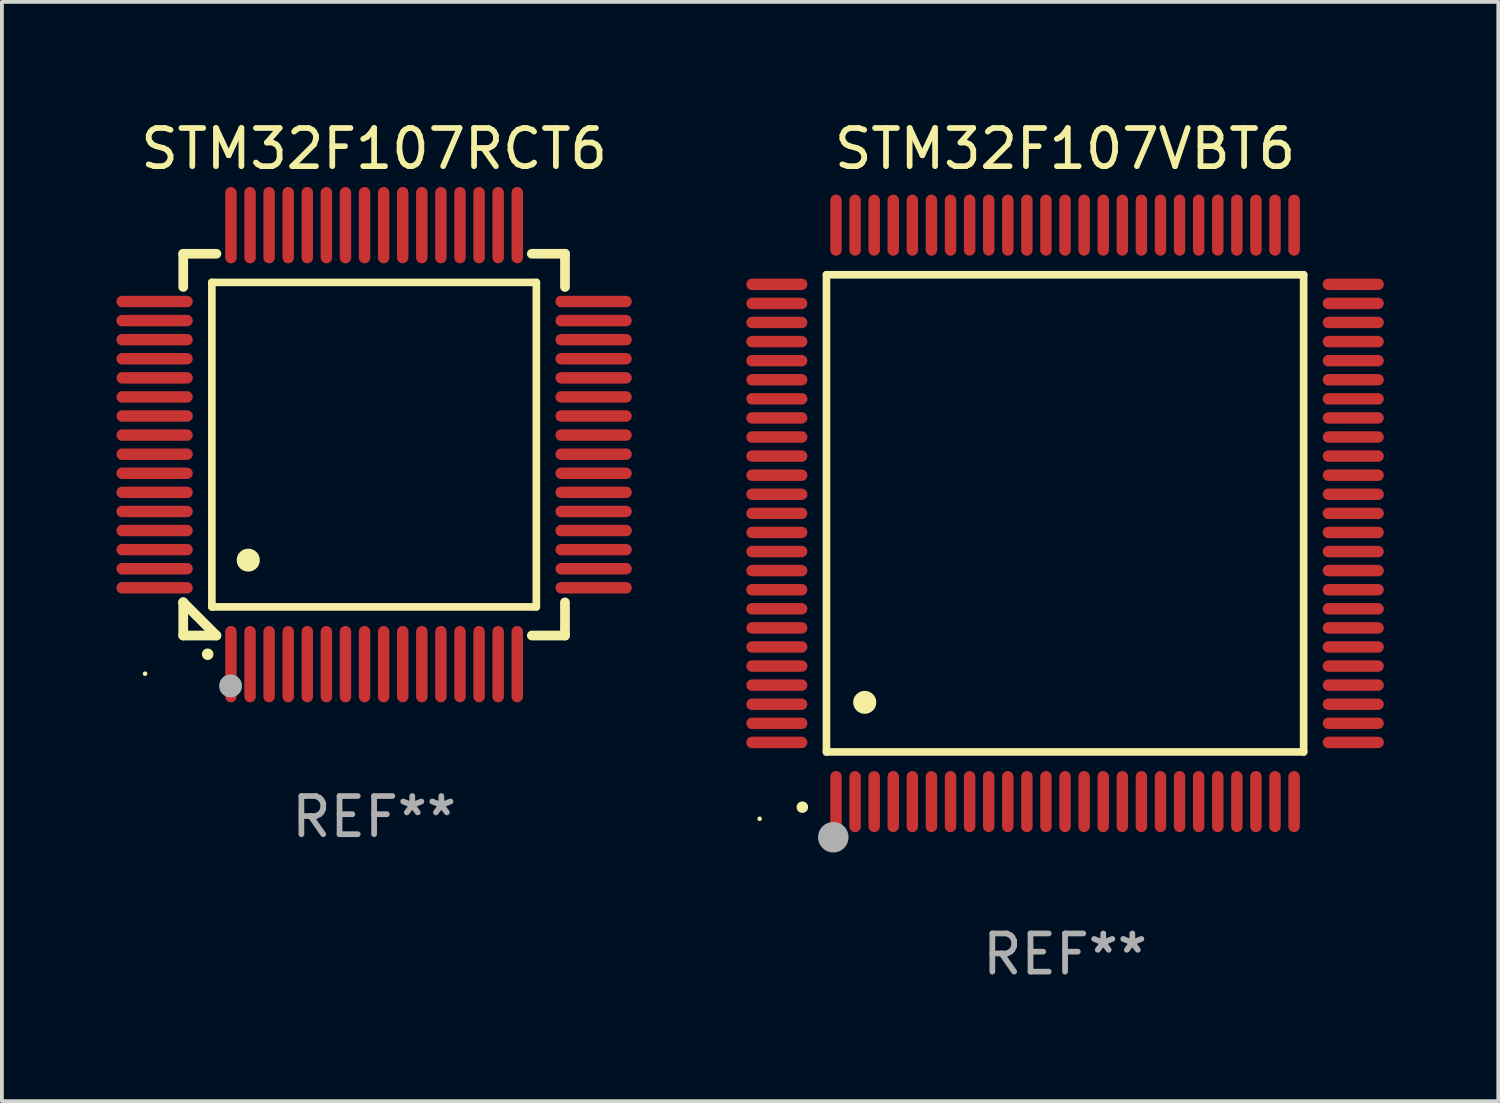
<source format=kicad_pcb>
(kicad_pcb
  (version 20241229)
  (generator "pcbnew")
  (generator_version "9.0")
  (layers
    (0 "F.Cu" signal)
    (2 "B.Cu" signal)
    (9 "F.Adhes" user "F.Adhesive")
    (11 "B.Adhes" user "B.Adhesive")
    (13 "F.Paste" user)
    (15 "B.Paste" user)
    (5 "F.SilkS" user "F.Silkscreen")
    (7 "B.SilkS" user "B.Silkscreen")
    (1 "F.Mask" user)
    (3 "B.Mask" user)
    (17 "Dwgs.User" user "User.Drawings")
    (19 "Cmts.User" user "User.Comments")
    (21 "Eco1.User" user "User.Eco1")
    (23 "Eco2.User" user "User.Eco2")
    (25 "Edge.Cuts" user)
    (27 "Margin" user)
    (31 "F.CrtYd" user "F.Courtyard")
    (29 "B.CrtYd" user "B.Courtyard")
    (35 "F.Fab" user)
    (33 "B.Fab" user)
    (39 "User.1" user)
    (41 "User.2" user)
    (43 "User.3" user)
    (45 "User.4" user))
  (footprint "STM32F107VBT6"
    (layer "F.Cu")
    (at 24.85 10.398)
    (property "Reference" "STM32F107VBT6" (at 0 -9.55 0) (layer "F.SilkS") (effects (font (size 1 1) (thickness 0.15))))
    (attr through_hole)
    (fp_line (start -6.25 -6.25) (end -6.25 6.25) (stroke (width 0.2) (type solid)) (layer "F.SilkS"))
    (fp_line (start -6.25 6.25) (end 6.25 6.25) (stroke (width 0.2) (type solid)) (layer "F.SilkS"))
    (fp_line (start 6.25 -6.25) (end -6.25 -6.25) (stroke (width 0.2) (type solid)) (layer "F.SilkS"))
    (fp_line (start 6.25 6.25) (end 6.25 -6.25) (stroke (width 0.2) (type solid)) (layer "F.SilkS"))
    (fp_arc (start -6.883414 7.696215) (mid -6.882144 7.69621) (end -6.880874 7.696215) (stroke (width 0.3) (type solid)) (layer "F.SilkS"))
    (fp_arc (start -5.250191 4.95047) (mid -5.247651 4.950459) (end -5.245111 4.95047) (stroke (width 0.6) (type solid)) (layer "F.SilkS"))
    (fp_circle (center -8 8) (end -7.97 8) (stroke (width 0.06) (type solid)) (fill no) (layer "F.SilkS"))
    (fp_circle (center -6.071 8.484) (end -5.871 8.484) (stroke (width 0.4) (type solid)) (fill no) (layer "F.Fab"))
    (fp_text user "REF**" (at 0 11.55 0) (layer "F.Fab") (effects (font (size 1 1) (thickness 0.15))))
    (pad "1" smd oval (at -6 7.55) (size 0.3 1.6) (layers "F.Cu" "F.Mask" "F.Paste"))
    (pad "2" smd oval (at -5.5 7.55) (size 0.3 1.6) (layers "F.Cu" "F.Mask" "F.Paste"))
    (pad "3" smd oval (at -5 7.55) (size 0.3 1.6) (layers "F.Cu" "F.Mask" "F.Paste"))
    (pad "4" smd oval (at -4.5 7.55) (size 0.3 1.6) (layers "F.Cu" "F.Mask" "F.Paste"))
    (pad "5" smd oval (at -4 7.55) (size 0.3 1.6) (layers "F.Cu" "F.Mask" "F.Paste"))
    (pad "6" smd oval (at -3.5 7.55) (size 0.3 1.6) (layers "F.Cu" "F.Mask" "F.Paste"))
    (pad "7" smd oval (at -3 7.55) (size 0.3 1.6) (layers "F.Cu" "F.Mask" "F.Paste"))
    (pad "8" smd oval (at -2.5 7.55) (size 0.3 1.6) (layers "F.Cu" "F.Mask" "F.Paste"))
    (pad "9" smd oval (at -2 7.55) (size 0.3 1.6) (layers "F.Cu" "F.Mask" "F.Paste"))
    (pad "10" smd oval (at -1.5 7.55) (size 0.3 1.6) (layers "F.Cu" "F.Mask" "F.Paste"))
    (pad "11" smd oval (at -1 7.55) (size 0.3 1.6) (layers "F.Cu" "F.Mask" "F.Paste"))
    (pad "12" smd oval (at -0.5 7.55) (size 0.3 1.6) (layers "F.Cu" "F.Mask" "F.Paste"))
    (pad "13" smd oval (at 0 7.55) (size 0.3 1.6) (layers "F.Cu" "F.Mask" "F.Paste"))
    (pad "14" smd oval (at 0.5 7.55) (size 0.3 1.6) (layers "F.Cu" "F.Mask" "F.Paste"))
    (pad "15" smd oval (at 1 7.55) (size 0.3 1.6) (layers "F.Cu" "F.Mask" "F.Paste"))
    (pad "16" smd oval (at 1.5 7.55) (size 0.3 1.6) (layers "F.Cu" "F.Mask" "F.Paste"))
    (pad "17" smd oval (at 2 7.55) (size 0.3 1.6) (layers "F.Cu" "F.Mask" "F.Paste"))
    (pad "18" smd oval (at 2.5 7.55) (size 0.3 1.6) (layers "F.Cu" "F.Mask" "F.Paste"))
    (pad "19" smd oval (at 3 7.55) (size 0.3 1.6) (layers "F.Cu" "F.Mask" "F.Paste"))
    (pad "20" smd oval (at 3.5 7.55) (size 0.3 1.6) (layers "F.Cu" "F.Mask" "F.Paste"))
    (pad "21" smd oval (at 4 7.55) (size 0.3 1.6) (layers "F.Cu" "F.Mask" "F.Paste"))
    (pad "22" smd oval (at 4.5 7.55) (size 0.3 1.6) (layers "F.Cu" "F.Mask" "F.Paste"))
    (pad "23" smd oval (at 5 7.55) (size 0.3 1.6) (layers "F.Cu" "F.Mask" "F.Paste"))
    (pad "24" smd oval (at 5.5 7.55) (size 0.3 1.6) (layers "F.Cu" "F.Mask" "F.Paste"))
    (pad "25" smd oval (at 6 7.55) (size 0.3 1.6) (layers "F.Cu" "F.Mask" "F.Paste"))
    (pad "26" smd oval (at 7.55 6) (size 1.6 0.3) (layers "F.Cu" "F.Mask" "F.Paste"))
    (pad "27" smd oval (at 7.55 5.5) (size 1.6 0.3) (layers "F.Cu" "F.Mask" "F.Paste"))
    (pad "28" smd oval (at 7.55 5) (size 1.6 0.3) (layers "F.Cu" "F.Mask" "F.Paste"))
    (pad "29" smd oval (at 7.55 4.5) (size 1.6 0.3) (layers "F.Cu" "F.Mask" "F.Paste"))
    (pad "30" smd oval (at 7.55 4) (size 1.6 0.3) (layers "F.Cu" "F.Mask" "F.Paste"))
    (pad "31" smd oval (at 7.55 3.5) (size 1.6 0.3) (layers "F.Cu" "F.Mask" "F.Paste"))
    (pad "32" smd oval (at 7.55 3) (size 1.6 0.3) (layers "F.Cu" "F.Mask" "F.Paste"))
    (pad "33" smd oval (at 7.55 2.5) (size 1.6 0.3) (layers "F.Cu" "F.Mask" "F.Paste"))
    (pad "34" smd oval (at 7.55 2) (size 1.6 0.3) (layers "F.Cu" "F.Mask" "F.Paste"))
    (pad "35" smd oval (at 7.55 1.5) (size 1.6 0.3) (layers "F.Cu" "F.Mask" "F.Paste"))
    (pad "36" smd oval (at 7.55 1) (size 1.6 0.3) (layers "F.Cu" "F.Mask" "F.Paste"))
    (pad "37" smd oval (at 7.55 0.5) (size 1.6 0.3) (layers "F.Cu" "F.Mask" "F.Paste"))
    (pad "38" smd oval (at 7.55 0) (size 1.6 0.3) (layers "F.Cu" "F.Mask" "F.Paste"))
    (pad "39" smd oval (at 7.55 -0.5) (size 1.6 0.3) (layers "F.Cu" "F.Mask" "F.Paste"))
    (pad "40" smd oval (at 7.55 -1) (size 1.6 0.3) (layers "F.Cu" "F.Mask" "F.Paste"))
    (pad "41" smd oval (at 7.55 -1.5) (size 1.6 0.3) (layers "F.Cu" "F.Mask" "F.Paste"))
    (pad "42" smd oval (at 7.55 -2) (size 1.6 0.3) (layers "F.Cu" "F.Mask" "F.Paste"))
    (pad "43" smd oval (at 7.55 -2.5) (size 1.6 0.3) (layers "F.Cu" "F.Mask" "F.Paste"))
    (pad "44" smd oval (at 7.55 -3) (size 1.6 0.3) (layers "F.Cu" "F.Mask" "F.Paste"))
    (pad "45" smd oval (at 7.55 -3.5) (size 1.6 0.3) (layers "F.Cu" "F.Mask" "F.Paste"))
    (pad "46" smd oval (at 7.55 -4) (size 1.6 0.3) (layers "F.Cu" "F.Mask" "F.Paste"))
    (pad "47" smd oval (at 7.55 -4.5) (size 1.6 0.3) (layers "F.Cu" "F.Mask" "F.Paste"))
    (pad "48" smd oval (at 7.55 -5) (size 1.6 0.3) (layers "F.Cu" "F.Mask" "F.Paste"))
    (pad "49" smd oval (at 7.55 -5.5) (size 1.6 0.3) (layers "F.Cu" "F.Mask" "F.Paste"))
    (pad "50" smd oval (at 7.55 -6) (size 1.6 0.3) (layers "F.Cu" "F.Mask" "F.Paste"))
    (pad "51" smd oval (at 6 -7.55) (size 0.3 1.6) (layers "F.Cu" "F.Mask" "F.Paste"))
    (pad "52" smd oval (at 5.5 -7.55) (size 0.3 1.6) (layers "F.Cu" "F.Mask" "F.Paste"))
    (pad "53" smd oval (at 5 -7.55) (size 0.3 1.6) (layers "F.Cu" "F.Mask" "F.Paste"))
    (pad "54" smd oval (at 4.5 -7.55) (size 0.3 1.6) (layers "F.Cu" "F.Mask" "F.Paste"))
    (pad "55" smd oval (at 4 -7.55) (size 0.3 1.6) (layers "F.Cu" "F.Mask" "F.Paste"))
    (pad "56" smd oval (at 3.5 -7.55) (size 0.3 1.6) (layers "F.Cu" "F.Mask" "F.Paste"))
    (pad "57" smd oval (at 3 -7.55) (size 0.3 1.6) (layers "F.Cu" "F.Mask" "F.Paste"))
    (pad "58" smd oval (at 2.5 -7.55) (size 0.3 1.6) (layers "F.Cu" "F.Mask" "F.Paste"))
    (pad "59" smd oval (at 2 -7.55) (size 0.3 1.6) (layers "F.Cu" "F.Mask" "F.Paste"))
    (pad "60" smd oval (at 1.5 -7.55) (size 0.3 1.6) (layers "F.Cu" "F.Mask" "F.Paste"))
    (pad "61" smd oval (at 1 -7.55) (size 0.3 1.6) (layers "F.Cu" "F.Mask" "F.Paste"))
    (pad "62" smd oval (at 0.5 -7.55) (size 0.3 1.6) (layers "F.Cu" "F.Mask" "F.Paste"))
    (pad "63" smd oval (at 0 -7.55) (size 0.3 1.6) (layers "F.Cu" "F.Mask" "F.Paste"))
    (pad "64" smd oval (at -0.5 -7.55) (size 0.3 1.6) (layers "F.Cu" "F.Mask" "F.Paste"))
    (pad "65" smd oval (at -1 -7.55) (size 0.3 1.6) (layers "F.Cu" "F.Mask" "F.Paste"))
    (pad "66" smd oval (at -1.5 -7.55) (size 0.3 1.6) (layers "F.Cu" "F.Mask" "F.Paste"))
    (pad "67" smd oval (at -2 -7.55) (size 0.3 1.6) (layers "F.Cu" "F.Mask" "F.Paste"))
    (pad "68" smd oval (at -2.5 -7.55) (size 0.3 1.6) (layers "F.Cu" "F.Mask" "F.Paste"))
    (pad "69" smd oval (at -3 -7.55) (size 0.3 1.6) (layers "F.Cu" "F.Mask" "F.Paste"))
    (pad "70" smd oval (at -3.5 -7.55) (size 0.3 1.6) (layers "F.Cu" "F.Mask" "F.Paste"))
    (pad "71" smd oval (at -4 -7.55) (size 0.3 1.6) (layers "F.Cu" "F.Mask" "F.Paste"))
    (pad "72" smd oval (at -4.5 -7.55) (size 0.3 1.6) (layers "F.Cu" "F.Mask" "F.Paste"))
    (pad "73" smd oval (at -5 -7.55) (size 0.3 1.6) (layers "F.Cu" "F.Mask" "F.Paste"))
    (pad "74" smd oval (at -5.5 -7.55) (size 0.3 1.6) (layers "F.Cu" "F.Mask" "F.Paste"))
    (pad "75" smd oval (at -6 -7.55) (size 0.3 1.6) (layers "F.Cu" "F.Mask" "F.Paste"))
    (pad "76" smd oval (at -7.55 -6) (size 1.6 0.3) (layers "F.Cu" "F.Mask" "F.Paste"))
    (pad "77" smd oval (at -7.55 -5.5) (size 1.6 0.3) (layers "F.Cu" "F.Mask" "F.Paste"))
    (pad "78" smd oval (at -7.55 -5) (size 1.6 0.3) (layers "F.Cu" "F.Mask" "F.Paste"))
    (pad "79" smd oval (at -7.55 -4.5) (size 1.6 0.3) (layers "F.Cu" "F.Mask" "F.Paste"))
    (pad "80" smd oval (at -7.55 -4) (size 1.6 0.3) (layers "F.Cu" "F.Mask" "F.Paste"))
    (pad "81" smd oval (at -7.55 -3.5) (size 1.6 0.3) (layers "F.Cu" "F.Mask" "F.Paste"))
    (pad "82" smd oval (at -7.55 -3) (size 1.6 0.3) (layers "F.Cu" "F.Mask" "F.Paste"))
    (pad "83" smd oval (at -7.55 -2.5) (size 1.6 0.3) (layers "F.Cu" "F.Mask" "F.Paste"))
    (pad "84" smd oval (at -7.55 -2) (size 1.6 0.3) (layers "F.Cu" "F.Mask" "F.Paste"))
    (pad "85" smd oval (at -7.55 -1.5) (size 1.6 0.3) (layers "F.Cu" "F.Mask" "F.Paste"))
    (pad "86" smd oval (at -7.55 -1) (size 1.6 0.3) (layers "F.Cu" "F.Mask" "F.Paste"))
    (pad "87" smd oval (at -7.55 -0.5) (size 1.6 0.3) (layers "F.Cu" "F.Mask" "F.Paste"))
    (pad "88" smd oval (at -7.55 0) (size 1.6 0.3) (layers "F.Cu" "F.Mask" "F.Paste"))
    (pad "89" smd oval (at -7.55 0.5) (size 1.6 0.3) (layers "F.Cu" "F.Mask" "F.Paste"))
    (pad "90" smd oval (at -7.55 1) (size 1.6 0.3) (layers "F.Cu" "F.Mask" "F.Paste"))
    (pad "91" smd oval (at -7.55 1.5) (size 1.6 0.3) (layers "F.Cu" "F.Mask" "F.Paste"))
    (pad "92" smd oval (at -7.55 2) (size 1.6 0.3) (layers "F.Cu" "F.Mask" "F.Paste"))
    (pad "93" smd oval (at -7.55 2.5) (size 1.6 0.3) (layers "F.Cu" "F.Mask" "F.Paste"))
    (pad "94" smd oval (at -7.55 3) (size 1.6 0.3) (layers "F.Cu" "F.Mask" "F.Paste"))
    (pad "95" smd oval (at -7.55 3.5) (size 1.6 0.3) (layers "F.Cu" "F.Mask" "F.Paste"))
    (pad "96" smd oval (at -7.55 4) (size 1.6 0.3) (layers "F.Cu" "F.Mask" "F.Paste"))
    (pad "97" smd oval (at -7.55 4.5) (size 1.6 0.3) (layers "F.Cu" "F.Mask" "F.Paste"))
    (pad "98" smd oval (at -7.55 5) (size 1.6 0.3) (layers "F.Cu" "F.Mask" "F.Paste"))
    (pad "99" smd oval (at -7.55 5.5) (size 1.6 0.3) (layers "F.Cu" "F.Mask" "F.Paste"))
    (pad "100" smd oval (at -7.55 6) (size 1.6 0.3) (layers "F.Cu" "F.Mask" "F.Paste")))
  (footprint "STM32F107RCT6"
    (layer "F.Cu")
    (at 6.75 8.598)
    (property "Reference" "STM32F107RCT6" (at 0 -7.75 0) (layer "F.SilkS") (effects (font (size 1 1) (thickness 0.15))))
    (attr through_hole)
    (fp_line (start -5 -5) (end -4.131 -5) (stroke (width 0.254) (type solid)) (layer "F.SilkS"))
    (fp_line (start -5 -4.131) (end -5 -5) (stroke (width 0.254) (type solid)) (layer "F.SilkS"))
    (fp_line (start -5 4.131) (end -5 4.131) (stroke (width 0.254) (type solid)) (layer "F.SilkS"))
    (fp_line (start -5 5) (end -5 4.131) (stroke (width 0.254) (type solid)) (layer "F.SilkS"))
    (fp_line (start -5 4.131) (end -4.131 5) (stroke (width 0.254) (type solid)) (layer "F.SilkS"))
    (fp_line (start -4.25 -4.25) (end -4.25 4.25) (stroke (width 0.2) (type solid)) (layer "F.SilkS"))
    (fp_line (start -4.25 4.25) (end 4.25 4.25) (stroke (width 0.2) (type solid)) (layer "F.SilkS"))
    (fp_line (start -4.131 5) (end -5 5) (stroke (width 0.254) (type solid)) (layer "F.SilkS"))
    (fp_line (start 4.25 -4.25) (end -4.25 -4.25) (stroke (width 0.2) (type solid)) (layer "F.SilkS"))
    (fp_line (start 4.25 4.25) (end 4.25 -4.25) (stroke (width 0.2) (type solid)) (layer "F.SilkS"))
    (fp_line (start 5 -5) (end 4.131 -5) (stroke (width 0.254) (type solid)) (layer "F.SilkS"))
    (fp_line (start 5 -5) (end 5 -4.131) (stroke (width 0.254) (type solid)) (layer "F.SilkS"))
    (fp_line (start 5 4.131) (end 5 5) (stroke (width 0.254) (type solid)) (layer "F.SilkS"))
    (fp_line (start 5 5) (end 4.131 5) (stroke (width 0.254) (type solid)) (layer "F.SilkS"))
    (fp_arc (start -4.361265 5.489992) (mid -4.359995 5.489987) (end -4.358725 5.489992) (stroke (width 0.3) (type solid)) (layer "F.SilkS"))
    (fp_arc (start -3.299467 3.025146) (mid -3.296927 3.025135) (end -3.294387 3.025146) (stroke (width 0.6) (type solid)) (layer "F.SilkS"))
    (fp_circle (center -6 6) (end -5.97 6) (stroke (width 0.06) (type solid)) (fill no) (layer "F.SilkS"))
    (fp_circle (center -3.76 6.32) (end -3.61 6.32) (stroke (width 0.3) (type solid)) (fill no) (layer "F.Fab"))
    (fp_text user "REF**" (at 0 9.75 0) (layer "F.Fab") (effects (font (size 1 1) (thickness 0.15))))
    (pad "1" smd oval (at -3.75 5.75) (size 0.3 2) (layers "F.Cu" "F.Mask" "F.Paste"))
    (pad "2" smd oval (at -3.25 5.75) (size 0.3 2) (layers "F.Cu" "F.Mask" "F.Paste"))
    (pad "3" smd oval (at -2.75 5.75) (size 0.3 2) (layers "F.Cu" "F.Mask" "F.Paste"))
    (pad "4" smd oval (at -2.25 5.75) (size 0.3 2) (layers "F.Cu" "F.Mask" "F.Paste"))
    (pad "5" smd oval (at -1.75 5.75) (size 0.3 2) (layers "F.Cu" "F.Mask" "F.Paste"))
    (pad "6" smd oval (at -1.25 5.75) (size 0.3 2) (layers "F.Cu" "F.Mask" "F.Paste"))
    (pad "7" smd oval (at -0.75 5.75) (size 0.3 2) (layers "F.Cu" "F.Mask" "F.Paste"))
    (pad "8" smd oval (at -0.25 5.75) (size 0.3 2) (layers "F.Cu" "F.Mask" "F.Paste"))
    (pad "9" smd oval (at 0.25 5.75) (size 0.3 2) (layers "F.Cu" "F.Mask" "F.Paste"))
    (pad "10" smd oval (at 0.75 5.75) (size 0.3 2) (layers "F.Cu" "F.Mask" "F.Paste"))
    (pad "11" smd oval (at 1.25 5.75) (size 0.3 2) (layers "F.Cu" "F.Mask" "F.Paste"))
    (pad "12" smd oval (at 1.75 5.75) (size 0.3 2) (layers "F.Cu" "F.Mask" "F.Paste"))
    (pad "13" smd oval (at 2.25 5.75) (size 0.3 2) (layers "F.Cu" "F.Mask" "F.Paste"))
    (pad "14" smd oval (at 2.75 5.75) (size 0.3 2) (layers "F.Cu" "F.Mask" "F.Paste"))
    (pad "15" smd oval (at 3.25 5.75) (size 0.3 2) (layers "F.Cu" "F.Mask" "F.Paste"))
    (pad "16" smd oval (at 3.75 5.75) (size 0.3 2) (layers "F.Cu" "F.Mask" "F.Paste"))
    (pad "17" smd oval (at 5.75 3.75) (size 2 0.3) (layers "F.Cu" "F.Mask" "F.Paste"))
    (pad "18" smd oval (at 5.75 3.25) (size 2 0.3) (layers "F.Cu" "F.Mask" "F.Paste"))
    (pad "19" smd oval (at 5.75 2.75) (size 2 0.3) (layers "F.Cu" "F.Mask" "F.Paste"))
    (pad "20" smd oval (at 5.75 2.25) (size 2 0.3) (layers "F.Cu" "F.Mask" "F.Paste"))
    (pad "21" smd oval (at 5.75 1.75) (size 2 0.3) (layers "F.Cu" "F.Mask" "F.Paste"))
    (pad "22" smd oval (at 5.75 1.25) (size 2 0.3) (layers "F.Cu" "F.Mask" "F.Paste"))
    (pad "23" smd oval (at 5.75 0.75) (size 2 0.3) (layers "F.Cu" "F.Mask" "F.Paste"))
    (pad "24" smd oval (at 5.75 0.25) (size 2 0.3) (layers "F.Cu" "F.Mask" "F.Paste"))
    (pad "25" smd oval (at 5.75 -0.25) (size 2 0.3) (layers "F.Cu" "F.Mask" "F.Paste"))
    (pad "26" smd oval (at 5.75 -0.75) (size 2 0.3) (layers "F.Cu" "F.Mask" "F.Paste"))
    (pad "27" smd oval (at 5.75 -1.25) (size 2 0.3) (layers "F.Cu" "F.Mask" "F.Paste"))
    (pad "28" smd oval (at 5.75 -1.75) (size 2 0.3) (layers "F.Cu" "F.Mask" "F.Paste"))
    (pad "29" smd oval (at 5.75 -2.25) (size 2 0.3) (layers "F.Cu" "F.Mask" "F.Paste"))
    (pad "30" smd oval (at 5.75 -2.75) (size 2 0.3) (layers "F.Cu" "F.Mask" "F.Paste"))
    (pad "31" smd oval (at 5.75 -3.25) (size 2 0.3) (layers "F.Cu" "F.Mask" "F.Paste"))
    (pad "32" smd oval (at 5.75 -3.75) (size 2 0.3) (layers "F.Cu" "F.Mask" "F.Paste"))
    (pad "33" smd oval (at 3.75 -5.75) (size 0.3 2) (layers "F.Cu" "F.Mask" "F.Paste"))
    (pad "34" smd oval (at 3.25 -5.75) (size 0.3 2) (layers "F.Cu" "F.Mask" "F.Paste"))
    (pad "35" smd oval (at 2.75 -5.75) (size 0.3 2) (layers "F.Cu" "F.Mask" "F.Paste"))
    (pad "36" smd oval (at 2.25 -5.75) (size 0.3 2) (layers "F.Cu" "F.Mask" "F.Paste"))
    (pad "37" smd oval (at 1.75 -5.75) (size 0.3 2) (layers "F.Cu" "F.Mask" "F.Paste"))
    (pad "38" smd oval (at 1.25 -5.75) (size 0.3 2) (layers "F.Cu" "F.Mask" "F.Paste"))
    (pad "39" smd oval (at 0.75 -5.75) (size 0.3 2) (layers "F.Cu" "F.Mask" "F.Paste"))
    (pad "40" smd oval (at 0.25 -5.75) (size 0.3 2) (layers "F.Cu" "F.Mask" "F.Paste"))
    (pad "41" smd oval (at -0.25 -5.75) (size 0.3 2) (layers "F.Cu" "F.Mask" "F.Paste"))
    (pad "42" smd oval (at -0.75 -5.75) (size 0.3 2) (layers "F.Cu" "F.Mask" "F.Paste"))
    (pad "43" smd oval (at -1.25 -5.75) (size 0.3 2) (layers "F.Cu" "F.Mask" "F.Paste"))
    (pad "44" smd oval (at -1.75 -5.75) (size 0.3 2) (layers "F.Cu" "F.Mask" "F.Paste"))
    (pad "45" smd oval (at -2.25 -5.75) (size 0.3 2) (layers "F.Cu" "F.Mask" "F.Paste"))
    (pad "46" smd oval (at -2.75 -5.75) (size 0.3 2) (layers "F.Cu" "F.Mask" "F.Paste"))
    (pad "47" smd oval (at -3.25 -5.75) (size 0.3 2) (layers "F.Cu" "F.Mask" "F.Paste"))
    (pad "48" smd oval (at -3.75 -5.75) (size 0.3 2) (layers "F.Cu" "F.Mask" "F.Paste"))
    (pad "49" smd oval (at -5.75 -3.75) (size 2 0.3) (layers "F.Cu" "F.Mask" "F.Paste"))
    (pad "50" smd oval (at -5.75 -3.25) (size 2 0.3) (layers "F.Cu" "F.Mask" "F.Paste"))
    (pad "51" smd oval (at -5.75 -2.75) (size 2 0.3) (layers "F.Cu" "F.Mask" "F.Paste"))
    (pad "52" smd oval (at -5.75 -2.25) (size 2 0.3) (layers "F.Cu" "F.Mask" "F.Paste"))
    (pad "53" smd oval (at -5.75 -1.75) (size 2 0.3) (layers "F.Cu" "F.Mask" "F.Paste"))
    (pad "54" smd oval (at -5.75 -1.25) (size 2 0.3) (layers "F.Cu" "F.Mask" "F.Paste"))
    (pad "55" smd oval (at -5.75 -0.75) (size 2 0.3) (layers "F.Cu" "F.Mask" "F.Paste"))
    (pad "56" smd oval (at -5.75 -0.25) (size 2 0.3) (layers "F.Cu" "F.Mask" "F.Paste"))
    (pad "57" smd oval (at -5.75 0.25) (size 2 0.3) (layers "F.Cu" "F.Mask" "F.Paste"))
    (pad "58" smd oval (at -5.75 0.75) (size 2 0.3) (layers "F.Cu" "F.Mask" "F.Paste"))
    (pad "59" smd oval (at -5.75 1.25) (size 2 0.3) (layers "F.Cu" "F.Mask" "F.Paste"))
    (pad "60" smd oval (at -5.75 1.75) (size 2 0.3) (layers "F.Cu" "F.Mask" "F.Paste"))
    (pad "61" smd oval (at -5.75 2.25) (size 2 0.3) (layers "F.Cu" "F.Mask" "F.Paste"))
    (pad "62" smd oval (at -5.75 2.75) (size 2 0.3) (layers "F.Cu" "F.Mask" "F.Paste"))
    (pad "63" smd oval (at -5.75 3.25) (size 2 0.3) (layers "F.Cu" "F.Mask" "F.Paste"))
    (pad "64" smd oval (at -5.75 3.75) (size 2 0.3) (layers "F.Cu" "F.Mask" "F.Paste")))
  (gr_rect
    (start -3 -3)
    (end 36.199 25.796)
    (stroke (width 0.1) (type default))
    (fill no)
    (layer "Edge.Cuts")))
</source>
